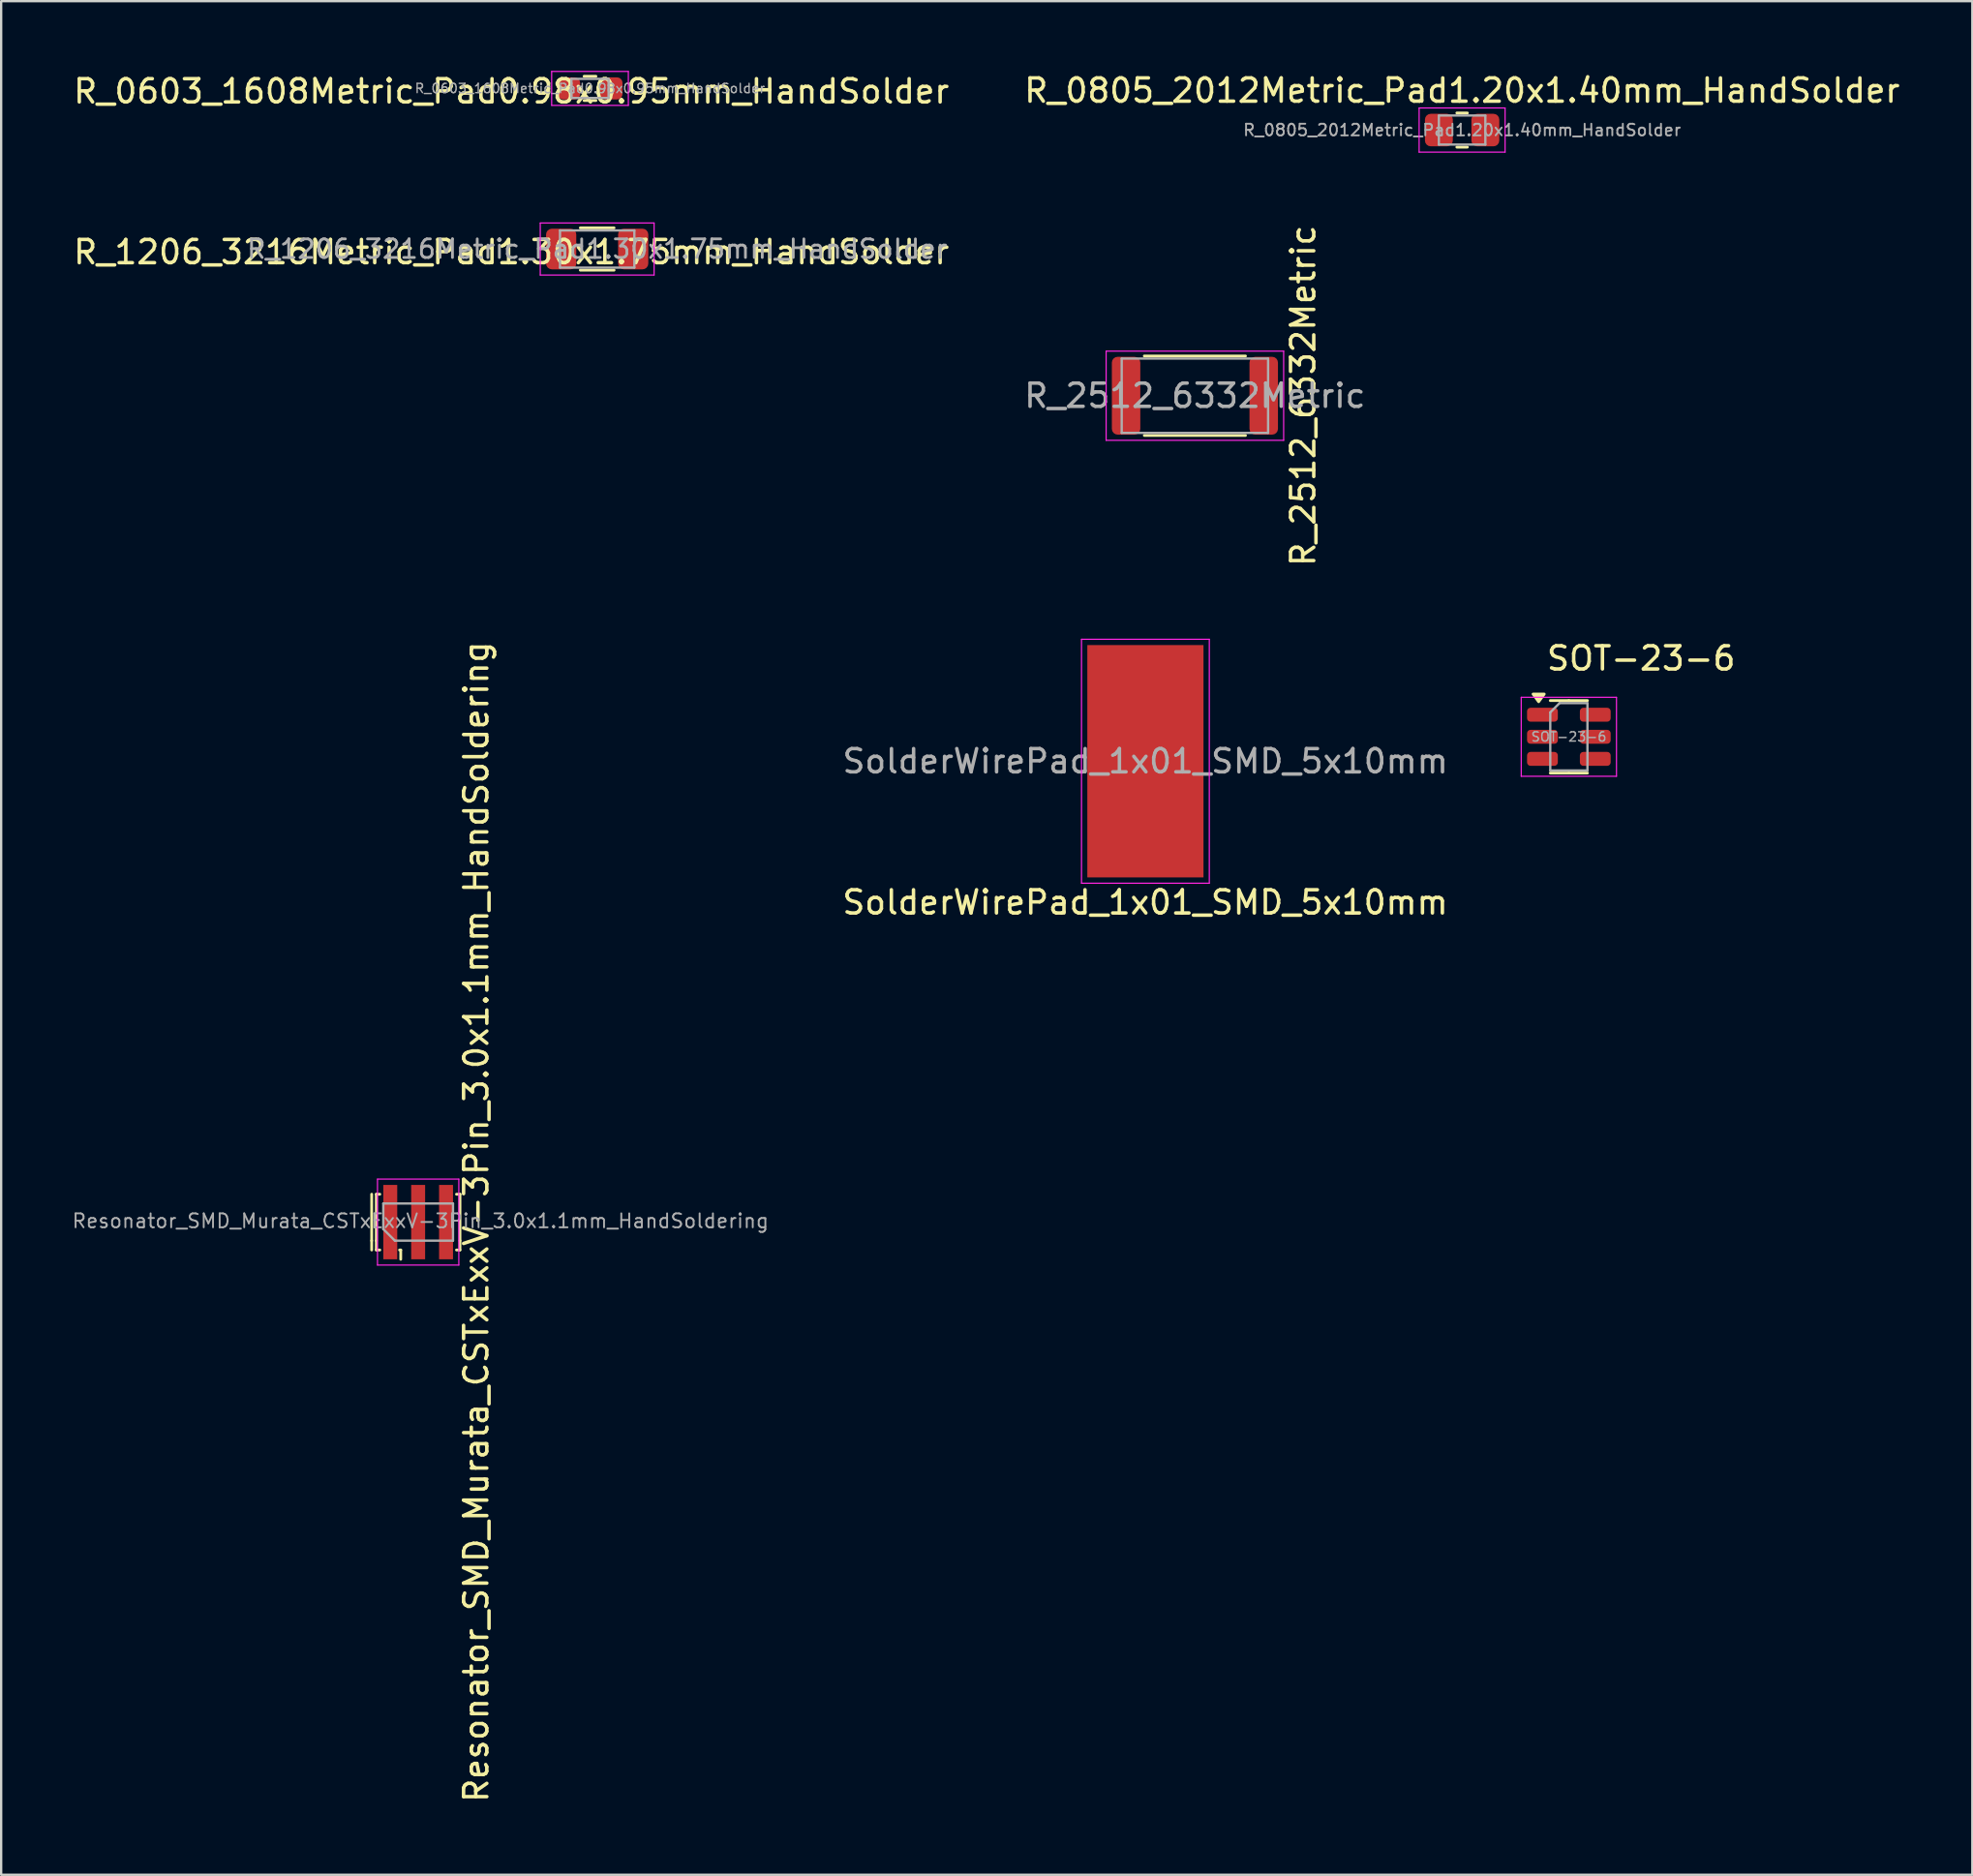
<source format=kicad_pcb>
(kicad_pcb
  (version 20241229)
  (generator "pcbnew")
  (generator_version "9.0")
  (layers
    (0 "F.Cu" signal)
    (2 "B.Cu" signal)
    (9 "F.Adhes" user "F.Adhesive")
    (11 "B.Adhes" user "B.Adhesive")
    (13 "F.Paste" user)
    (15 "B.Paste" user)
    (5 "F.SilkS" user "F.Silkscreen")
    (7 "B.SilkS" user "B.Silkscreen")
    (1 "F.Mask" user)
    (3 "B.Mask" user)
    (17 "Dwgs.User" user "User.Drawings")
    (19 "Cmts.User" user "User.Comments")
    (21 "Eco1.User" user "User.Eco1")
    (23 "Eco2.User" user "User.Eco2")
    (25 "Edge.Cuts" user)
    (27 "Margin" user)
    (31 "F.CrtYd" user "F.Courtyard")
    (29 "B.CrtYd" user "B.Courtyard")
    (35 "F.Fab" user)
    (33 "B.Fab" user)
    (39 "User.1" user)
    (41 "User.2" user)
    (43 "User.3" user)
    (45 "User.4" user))
  (footprint "R_0805_2012Metric_Pad1.20x1.40mm_HandSolder"
    (layer "F.Cu")
    (at 59.875 2.548)
    (property "Reference" "R_0805_2012Metric_Pad1.20x1.40mm_HandSolder" (at 0 -1.7 180) (layer "F.SilkS") (effects (font (size 1 1) (thickness 0.15))))
    (attr smd)
    (fp_line (start -0.227 -0.735) (end 0.227 -0.735) (stroke (width 0.12) (type solid)) (layer "F.SilkS"))
    (fp_line (start -0.227 0.735) (end 0.227 0.735) (stroke (width 0.12) (type solid)) (layer "F.SilkS"))
    (fp_line (start -1.85 -0.95) (end 1.85 -0.95) (stroke (width 0.05) (type solid)) (layer "F.CrtYd"))
    (fp_line (start -1.85 0.95) (end -1.85 -0.95) (stroke (width 0.05) (type solid)) (layer "F.CrtYd"))
    (fp_line (start 1.85 -0.95) (end 1.85 0.95) (stroke (width 0.05) (type solid)) (layer "F.CrtYd"))
    (fp_line (start 1.85 0.95) (end -1.85 0.95) (stroke (width 0.05) (type solid)) (layer "F.CrtYd"))
    (fp_line (start -1 -0.625) (end 1 -0.625) (stroke (width 0.1) (type solid)) (layer "F.Fab"))
    (fp_line (start -1 0.625) (end -1 -0.625) (stroke (width 0.1) (type solid)) (layer "F.Fab"))
    (fp_line (start 1 -0.625) (end 1 0.625) (stroke (width 0.1) (type solid)) (layer "F.Fab"))
    (fp_line (start 1 0.625) (end -1 0.625) (stroke (width 0.1) (type solid)) (layer "F.Fab"))
    (fp_text user "${REFERENCE}" (at 0 0 180) (layer "F.Fab") (effects (font (size 0.5 0.5) (thickness 0.08))))
    (pad "1" smd roundrect (at -1 0) (size 1.2 1.4) (layers "F.Cu" "F.Mask" "F.Paste") (roundrect_rratio 0.208))
    (pad "2" smd roundrect (at 1 0) (size 1.2 1.4) (layers "F.Cu" "F.Mask" "F.Paste") (roundrect_rratio 0.208)))
  (footprint "SOT-23-6"
    (layer "F.Cu")
    (at 64.469 28.663)
    (property "Reference" "SOT-23-6" (at 3.112 -3.375 0) (layer "F.SilkS") (effects (font (size 1 1) (thickness 0.15))))
    (attr smd)
    (fp_line (start 0 -1.56) (end -0.8 -1.56) (stroke (width 0.12) (type solid)) (layer "F.SilkS"))
    (fp_line (start 0 -1.56) (end 0.8 -1.56) (stroke (width 0.12) (type solid)) (layer "F.SilkS"))
    (fp_line (start 0 1.56) (end -0.8 1.56) (stroke (width 0.12) (type solid)) (layer "F.SilkS"))
    (fp_line (start 0 1.56) (end 0.8 1.56) (stroke (width 0.12) (type solid)) (layer "F.SilkS"))
    (fp_poly (pts (xy -1.3 -1.51) (xy -1.54 -1.84) (xy -1.06 -1.84) (xy -1.3 -1.51)) (stroke (width 0.12) (type solid)) (fill yes) (layer "F.SilkS"))
    (fp_line (start -2.05 -1.7) (end -2.05 1.7) (stroke (width 0.05) (type solid)) (layer "F.CrtYd"))
    (fp_line (start -2.05 1.7) (end 2.05 1.7) (stroke (width 0.05) (type solid)) (layer "F.CrtYd"))
    (fp_line (start 2.05 -1.7) (end -2.05 -1.7) (stroke (width 0.05) (type solid)) (layer "F.CrtYd"))
    (fp_line (start 2.05 1.7) (end 2.05 -1.7) (stroke (width 0.05) (type solid)) (layer "F.CrtYd"))
    (fp_line (start -0.8 -1.05) (end -0.4 -1.45) (stroke (width 0.1) (type solid)) (layer "F.Fab"))
    (fp_line (start -0.8 1.45) (end -0.8 -1.05) (stroke (width 0.1) (type solid)) (layer "F.Fab"))
    (fp_line (start -0.4 -1.45) (end 0.8 -1.45) (stroke (width 0.1) (type solid)) (layer "F.Fab"))
    (fp_line (start 0.8 -1.45) (end 0.8 1.45) (stroke (width 0.1) (type solid)) (layer "F.Fab"))
    (fp_line (start 0.8 1.45) (end -0.8 1.45) (stroke (width 0.1) (type solid)) (layer "F.Fab"))
    (fp_text user "${REFERENCE}" (at 0 0 0) (layer "F.Fab") (effects (font (size 0.4 0.4) (thickness 0.06))))
    (pad "1" smd roundrect (at -1.137 -0.95) (size 1.325 0.6) (layers "F.Cu" "F.Mask" "F.Paste") (roundrect_rratio 0.25))
    (pad "2" smd roundrect (at -1.137 0) (size 1.325 0.6) (layers "F.Cu" "F.Mask" "F.Paste") (roundrect_rratio 0.25))
    (pad "3" smd roundrect (at -1.137 0.95) (size 1.325 0.6) (layers "F.Cu" "F.Mask" "F.Paste") (roundrect_rratio 0.25))
    (pad "4" smd roundrect (at 1.137 0.95) (size 1.325 0.6) (layers "F.Cu" "F.Mask" "F.Paste") (roundrect_rratio 0.25))
    (pad "5" smd roundrect (at 1.137 0) (size 1.325 0.6) (layers "F.Cu" "F.Mask" "F.Paste") (roundrect_rratio 0.25))
    (pad "6" smd roundrect (at 1.137 -0.95) (size 1.325 0.6) (layers "F.Cu" "F.Mask" "F.Paste") (roundrect_rratio 0.25)))
  (footprint "Resonator_SMD_Murata_CSTxExxV-3Pin_3.0x1.1mm_HandSoldering"
    (layer "F.Cu")
    (at 14.946 49.551)
    (property "Reference" "Resonator_SMD_Murata_CSTxExxV-3Pin_3.0x1.1mm_HandSoldering" (at 2.5 -0.01 270) (layer "F.SilkS") (effects (font (size 1 1) (thickness 0.15))))
    (attr smd)
    (fp_line (start -2 -1.2) (end -2 0.8) (stroke (width 0.12) (type solid)) (layer "F.SilkS"))
    (fp_line (start -2 0.8) (end -2 1.2) (stroke (width 0.12) (type solid)) (layer "F.SilkS"))
    (fp_line (start -1.8 -1.2) (end -1.65 -1.2) (stroke (width 0.12) (type solid)) (layer "F.SilkS"))
    (fp_line (start -1.8 0.8) (end -1.8 -1.2) (stroke (width 0.12) (type solid)) (layer "F.SilkS"))
    (fp_line (start -1.8 0.8) (end -1.8 1.2) (stroke (width 0.12) (type solid)) (layer "F.SilkS"))
    (fp_line (start -1.8 1.2) (end -1.65 1.2) (stroke (width 0.12) (type solid)) (layer "F.SilkS"))
    (fp_line (start -0.75 1.2) (end -0.8 1.2) (stroke (width 0.12) (type solid)) (layer "F.SilkS"))
    (fp_line (start -0.75 1.2) (end -0.75 1.6) (stroke (width 0.12) (type solid)) (layer "F.SilkS"))
    (fp_line (start 1.8 -1.2) (end 1.65 -1.2) (stroke (width 0.12) (type solid)) (layer "F.SilkS"))
    (fp_line (start 1.8 -1.2) (end 1.8 0.8) (stroke (width 0.12) (type solid)) (layer "F.SilkS"))
    (fp_line (start 1.8 0.8) (end 1.8 1.2) (stroke (width 0.12) (type solid)) (layer "F.SilkS"))
    (fp_line (start 1.8 1.2) (end 1.65 1.2) (stroke (width 0.12) (type solid)) (layer "F.SilkS"))
    (fp_line (start -1.75 -1.85) (end 1.75 -1.85) (stroke (width 0.05) (type solid)) (layer "F.CrtYd"))
    (fp_line (start -1.75 1.85) (end -1.75 -1.85) (stroke (width 0.05) (type solid)) (layer "F.CrtYd"))
    (fp_line (start 1.75 -1.85) (end 1.75 1.85) (stroke (width 0.05) (type solid)) (layer "F.CrtYd"))
    (fp_line (start 1.75 1.85) (end -1.75 1.85) (stroke (width 0.05) (type solid)) (layer "F.CrtYd"))
    (fp_line (start -1.5 0.3) (end -1.5 -0.8) (stroke (width 0.1) (type solid)) (layer "F.Fab"))
    (fp_line (start -1 0.8) (end -1.5 0.3) (stroke (width 0.1) (type solid)) (layer "F.Fab"))
    (fp_line (start -1 0.8) (end 1.5 0.8) (stroke (width 0.1) (type solid)) (layer "F.Fab"))
    (fp_line (start 1.5 -0.8) (end -1.5 -0.8) (stroke (width 0.1) (type solid)) (layer "F.Fab"))
    (fp_line (start 1.5 0.8) (end 1.5 -0.8) (stroke (width 0.1) (type solid)) (layer "F.Fab"))
    (fp_text user "${REFERENCE}" (at 0.1 -0.05 180) (layer "F.Fab") (effects (font (size 0.6 0.6) (thickness 0.08))))
    (pad "1" smd rect (at -1.2 0) (size 0.6 3.2) (layers "F.Cu" "F.Mask" "F.Paste"))
    (pad "2" smd rect (at 1.2 0) (size 0.6 3.2) (layers "F.Cu" "F.Mask" "F.Paste"))
    (pad "3" smd rect (at 0 0) (size 0.6 3.2) (layers "F.Cu" "F.Mask" "F.Paste")))
  (footprint "R_1206_3216Metric_Pad1.30x1.75mm_HandSolder"
    (layer "F.Cu")
    (at 22.651 7.668)
    (property "Reference" "R_1206_3216Metric_Pad1.30x1.75mm_HandSolder" (at -3.693 0.133 0) (layer "F.SilkS") (effects (font (size 1 1) (thickness 0.15))))
    (attr smd)
    (fp_line (start -0.727 -0.91) (end 0.727 -0.91) (stroke (width 0.12) (type solid)) (layer "F.SilkS"))
    (fp_line (start -0.727 0.91) (end 0.727 0.91) (stroke (width 0.12) (type solid)) (layer "F.SilkS"))
    (fp_line (start -2.45 -1.12) (end 2.45 -1.12) (stroke (width 0.05) (type solid)) (layer "F.CrtYd"))
    (fp_line (start -2.45 1.12) (end -2.45 -1.12) (stroke (width 0.05) (type solid)) (layer "F.CrtYd"))
    (fp_line (start 2.45 -1.12) (end 2.45 1.12) (stroke (width 0.05) (type solid)) (layer "F.CrtYd"))
    (fp_line (start 2.45 1.12) (end -2.45 1.12) (stroke (width 0.05) (type solid)) (layer "F.CrtYd"))
    (fp_line (start -1.6 -0.8) (end 1.6 -0.8) (stroke (width 0.1) (type solid)) (layer "F.Fab"))
    (fp_line (start -1.6 0.8) (end -1.6 -0.8) (stroke (width 0.1) (type solid)) (layer "F.Fab"))
    (fp_line (start 1.6 -0.8) (end 1.6 0.8) (stroke (width 0.1) (type solid)) (layer "F.Fab"))
    (fp_line (start 1.6 0.8) (end -1.6 0.8) (stroke (width 0.1) (type solid)) (layer "F.Fab"))
    (fp_text user "${REFERENCE}" (at 0 0 180) (layer "F.Fab") (effects (font (size 0.8 0.8) (thickness 0.12))))
    (pad "1" smd roundrect (at -1.55 0) (size 1.3 1.75) (layers "F.Cu" "F.Mask" "F.Paste") (roundrect_rratio 0.192))
    (pad "2" smd roundrect (at 1.55 0) (size 1.3 1.75) (layers "F.Cu" "F.Mask" "F.Paste") (roundrect_rratio 0.192)))
  (footprint "R_0603_1608Metric_Pad0.98x0.95mm_HandSolder"
    (layer "F.Cu")
    (at 22.342 0.755)
    (property "Reference" "R_0603_1608Metric_Pad0.98x0.95mm_HandSolder" (at -3.384 0.127 180) (layer "F.SilkS") (effects (font (size 1 1) (thickness 0.15))))
    (attr smd)
    (fp_line (start -0.255 -0.522) (end 0.255 -0.522) (stroke (width 0.12) (type solid)) (layer "F.SilkS"))
    (fp_line (start -0.255 0.522) (end 0.255 0.522) (stroke (width 0.12) (type solid)) (layer "F.SilkS"))
    (fp_line (start -1.65 -0.73) (end 1.65 -0.73) (stroke (width 0.05) (type solid)) (layer "F.CrtYd"))
    (fp_line (start -1.65 0.73) (end -1.65 -0.73) (stroke (width 0.05) (type solid)) (layer "F.CrtYd"))
    (fp_line (start 1.65 -0.73) (end 1.65 0.73) (stroke (width 0.05) (type solid)) (layer "F.CrtYd"))
    (fp_line (start 1.65 0.73) (end -1.65 0.73) (stroke (width 0.05) (type solid)) (layer "F.CrtYd"))
    (fp_line (start -0.8 -0.412) (end 0.8 -0.412) (stroke (width 0.1) (type solid)) (layer "F.Fab"))
    (fp_line (start -0.8 0.412) (end -0.8 -0.412) (stroke (width 0.1) (type solid)) (layer "F.Fab"))
    (fp_line (start 0.8 -0.412) (end 0.8 0.412) (stroke (width 0.1) (type solid)) (layer "F.Fab"))
    (fp_line (start 0.8 0.412) (end -0.8 0.412) (stroke (width 0.1) (type solid)) (layer "F.Fab"))
    (fp_text user "${REFERENCE}" (at 0 0 180) (layer "F.Fab") (effects (font (size 0.4 0.4) (thickness 0.06))))
    (pad "1" smd roundrect (at -0.912 0) (size 0.975 0.95) (layers "F.Cu" "F.Mask" "F.Paste") (roundrect_rratio 0.25))
    (pad "2" smd roundrect (at 0.912 0) (size 0.975 0.95) (layers "F.Cu" "F.Mask" "F.Paste") (roundrect_rratio 0.25)))
  (footprint "SolderWirePad_1x01_SMD_5x10mm"
    (layer "F.Cu")
    (at 46.245 29.715)
    (property "Reference" "SolderWirePad_1x01_SMD_5x10mm" (at -0.005 6.075 180) (layer "F.SilkS") (effects (font (size 1 1) (thickness 0.15))))
    (attr smd exclude_from_pos_files)
    (fp_line (start -2.75 -5.25) (end -2.75 5.25) (stroke (width 0.05) (type solid)) (layer "F.CrtYd"))
    (fp_line (start -2.75 5.25) (end 2.75 5.25) (stroke (width 0.05) (type solid)) (layer "F.CrtYd"))
    (fp_line (start 2.75 -5.25) (end -2.75 -5.25) (stroke (width 0.05) (type solid)) (layer "F.CrtYd"))
    (fp_line (start 2.75 5.25) (end 2.75 -5.25) (stroke (width 0.05) (type solid)) (layer "F.CrtYd"))
    (fp_text user "${REFERENCE}" (at 0 0 180) (layer "F.Fab") (effects (font (size 1 1) (thickness 0.15))))
    (pad "1" smd rect (at 0 0) (size 5 10) (layers "F.Cu" "F.Mask" "F.Paste")))
  (footprint "R_2512_6332Metric"
    (layer "F.Cu")
    (at 48.375 13.982)
    (property "Reference" "R_2512_6332Metric" (at 4.66 0 270) (layer "F.SilkS") (effects (font (size 1 1) (thickness 0.15))))
    (attr smd)
    (fp_line (start -2.177 -1.71) (end 2.177 -1.71) (stroke (width 0.12) (type solid)) (layer "F.SilkS"))
    (fp_line (start -2.177 1.71) (end 2.177 1.71) (stroke (width 0.12) (type solid)) (layer "F.SilkS"))
    (fp_line (start -3.82 -1.92) (end 3.82 -1.92) (stroke (width 0.05) (type solid)) (layer "F.CrtYd"))
    (fp_line (start -3.82 1.92) (end -3.82 -1.92) (stroke (width 0.05) (type solid)) (layer "F.CrtYd"))
    (fp_line (start 3.82 -1.92) (end 3.82 1.92) (stroke (width 0.05) (type solid)) (layer "F.CrtYd"))
    (fp_line (start 3.82 1.92) (end -3.82 1.92) (stroke (width 0.05) (type solid)) (layer "F.CrtYd"))
    (fp_line (start -3.15 -1.6) (end 3.15 -1.6) (stroke (width 0.1) (type solid)) (layer "F.Fab"))
    (fp_line (start -3.15 1.6) (end -3.15 -1.6) (stroke (width 0.1) (type solid)) (layer "F.Fab"))
    (fp_line (start 3.15 -1.6) (end 3.15 1.6) (stroke (width 0.1) (type solid)) (layer "F.Fab"))
    (fp_line (start 3.15 1.6) (end -3.15 1.6) (stroke (width 0.1) (type solid)) (layer "F.Fab"))
    (fp_text user "${REFERENCE}" (at 0 0 180) (layer "F.Fab") (effects (font (size 1 1) (thickness 0.15))))
    (pad "1" smd roundrect (at -2.962 0) (size 1.225 3.35) (layers "F.Cu" "F.Mask" "F.Paste") (roundrect_rratio 0.204))
    (pad "2" smd roundrect (at 2.962 0) (size 1.225 3.35) (layers "F.Cu" "F.Mask" "F.Paste") (roundrect_rratio 0.204)))
  (gr_rect
    (start -3 -3)
    (end 81.833 77.642)
    (stroke (width 0.1) (type default))
    (fill no)
    (layer "Edge.Cuts")))
</source>
